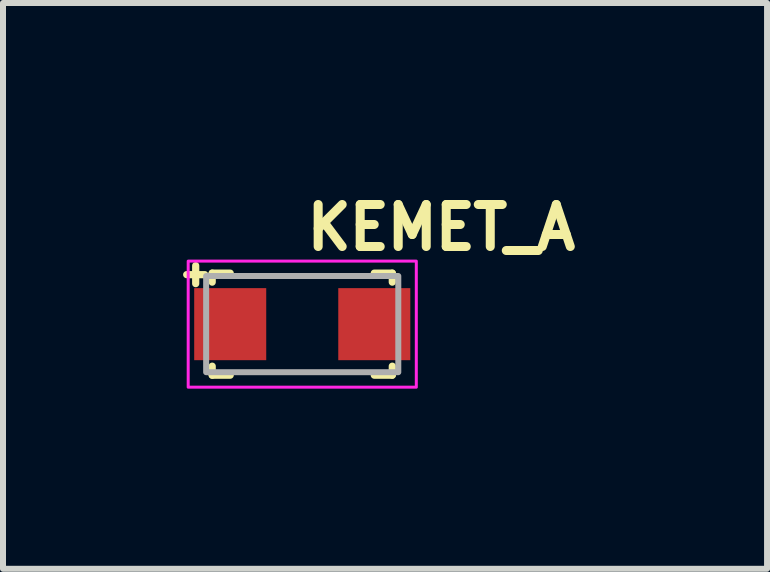
<source format=kicad_pcb>
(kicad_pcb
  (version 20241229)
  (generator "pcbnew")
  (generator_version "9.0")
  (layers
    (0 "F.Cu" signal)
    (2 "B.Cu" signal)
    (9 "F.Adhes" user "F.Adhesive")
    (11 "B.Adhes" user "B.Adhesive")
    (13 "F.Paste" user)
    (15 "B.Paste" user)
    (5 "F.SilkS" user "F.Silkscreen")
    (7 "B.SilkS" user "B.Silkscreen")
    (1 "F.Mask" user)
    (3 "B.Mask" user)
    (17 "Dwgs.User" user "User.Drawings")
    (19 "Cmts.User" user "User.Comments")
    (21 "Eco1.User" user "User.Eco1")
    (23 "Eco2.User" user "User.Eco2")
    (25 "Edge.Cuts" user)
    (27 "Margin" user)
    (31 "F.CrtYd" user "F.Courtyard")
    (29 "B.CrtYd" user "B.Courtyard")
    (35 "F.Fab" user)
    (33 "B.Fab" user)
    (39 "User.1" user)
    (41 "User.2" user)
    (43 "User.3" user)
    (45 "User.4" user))
  (footprint "KEMET_A"
    (layer "F.Cu")
    (at 1.985 2.35)
    (property "Reference" "KEMET_A" (at 0 -1.2 0) (layer "F.SilkS") (effects (font (size 0.7 0.7) (thickness 0.15)) (justify left bottom)))
    (attr smd)
    (fp_line (start -1.925 -0.825) (end -1.625 -0.825) (stroke (width 0.12) (type solid)) (layer "F.SilkS"))
    (fp_line (start -1.775 -0.975) (end -1.775 -0.675) (stroke (width 0.12) (type solid)) (layer "F.SilkS"))
    (fp_line (start -1.5 -0.85) (end -1.2 -0.85) (stroke (width 0.12) (type solid)) (layer "F.SilkS"))
    (fp_line (start -1.5 -0.7) (end -1.5 -0.85) (stroke (width 0.12) (type solid)) (layer "F.SilkS"))
    (fp_line (start -1.5 0.7) (end -1.5 0.85) (stroke (width 0.12) (type solid)) (layer "F.SilkS"))
    (fp_line (start -1.5 0.85) (end -1.2 0.85) (stroke (width 0.12) (type solid)) (layer "F.SilkS"))
    (fp_line (start 1.5 -0.85) (end 1.2 -0.85) (stroke (width 0.12) (type solid)) (layer "F.SilkS"))
    (fp_line (start 1.5 -0.7) (end 1.5 -0.85) (stroke (width 0.12) (type solid)) (layer "F.SilkS"))
    (fp_line (start 1.5 0.7) (end 1.5 0.85) (stroke (width 0.12) (type solid)) (layer "F.SilkS"))
    (fp_line (start 1.5 0.85) (end 1.2 0.85) (stroke (width 0.12) (type solid)) (layer "F.SilkS"))
    (fp_rect (start -1.9 -1.05) (end 1.9 1.05) (stroke (width 0.05) (type solid)) (fill no) (layer "F.CrtYd"))
    (fp_rect (start -1.601 -0.802) (end 1.6 0.8) (stroke (width 0.1) (type solid)) (fill no) (layer "F.Fab"))
    (fp_rect (start -1.601 -0.802) (end 1.6 0.8) (stroke (width 0.1) (type solid)) (fill no) (layer "User.5"))
    (fp_line (start -1.601 0.598) (end -1.601 -0.6) (stroke (width 0.02) (type solid)) (layer "User.9"))
    (fp_line (start -1.452 -0.802) (end -1.452 -0.6) (stroke (width 0.02) (type solid)) (layer "User.9"))
    (fp_line (start -1.452 -0.6) (end -1.601 -0.6) (stroke (width 0.02) (type solid)) (layer "User.9"))
    (fp_line (start -1.452 -0.6) (end -1.452 0.598) (stroke (width 0.02) (type solid)) (layer "User.9"))
    (fp_line (start -1.452 0.598) (end -1.601 0.598) (stroke (width 0.02) (type solid)) (layer "User.9"))
    (fp_line (start -1.452 0.598) (end -1.452 0.8) (stroke (width 0.02) (type solid)) (layer "User.9"))
    (fp_line (start -1.452 0.8) (end 1.449 0.8) (stroke (width 0.02) (type solid)) (layer "User.9"))
    (fp_line (start -1.377 -0.727) (end -1.452 -0.802) (stroke (width 0.02) (type solid)) (layer "User.9"))
    (fp_line (start -1.377 -0.727) (end -1.377 0.725) (stroke (width 0.02) (type solid)) (layer "User.9"))
    (fp_line (start -1.377 0.725) (end -1.452 0.8) (stroke (width 0.02) (type solid)) (layer "User.9"))
    (fp_line (start -1.377 0.725) (end 1.376 0.725) (stroke (width 0.02) (type solid)) (layer "User.9"))
    (fp_line (start -1.28 0.12) (end -1.28 0.663) (stroke (width 0.02) (type solid)) (layer "User.9"))
    (fp_line (start -1.28 0.663) (end -1.014 0.663) (stroke (width 0.02) (type solid)) (layer "User.9"))
    (fp_line (start -1.278 -0.673) (end -1.278 -0.13) (stroke (width 0.02) (type solid)) (layer "User.9"))
    (fp_line (start -1.014 0.663) (end -1.014 0.12) (stroke (width 0.02) (type solid)) (layer "User.9"))
    (fp_line (start -1.012 -0.673) (end -1.278 -0.673) (stroke (width 0.02) (type solid)) (layer "User.9"))
    (fp_line (start -1.012 -0.13) (end -1.012 -0.673) (stroke (width 0.02) (type solid)) (layer "User.9"))
    (fp_line (start 1.376 -0.727) (end -1.377 -0.727) (stroke (width 0.02) (type solid)) (layer "User.9"))
    (fp_line (start 1.376 -0.727) (end 1.449 -0.802) (stroke (width 0.02) (type solid)) (layer "User.9"))
    (fp_line (start 1.376 0.725) (end 1.376 -0.727) (stroke (width 0.02) (type solid)) (layer "User.9"))
    (fp_line (start 1.376 0.725) (end 1.449 0.8) (stroke (width 0.02) (type solid)) (layer "User.9"))
    (fp_line (start 1.449 -0.802) (end -1.452 -0.802) (stroke (width 0.02) (type solid)) (layer "User.9"))
    (fp_line (start 1.449 -0.6) (end 1.449 -0.802) (stroke (width 0.02) (type solid)) (layer "User.9"))
    (fp_line (start 1.449 -0.6) (end 1.449 0.598) (stroke (width 0.02) (type solid)) (layer "User.9"))
    (fp_line (start 1.449 0.8) (end 1.449 0.598) (stroke (width 0.02) (type solid)) (layer "User.9"))
    (fp_line (start 1.6 -0.6) (end 1.449 -0.6) (stroke (width 0.02) (type solid)) (layer "User.9"))
    (fp_line (start 1.6 0.598) (end 1.449 0.598) (stroke (width 0.02) (type solid)) (layer "User.9"))
    (fp_line (start 1.6 0.598) (end 1.6 -0.6) (stroke (width 0.02) (type solid)) (layer "User.9"))
    (fp_arc (start -1.278 -0.13) (mid -1.145 -0.165439) (end -1.012 -0.13) (stroke (width 0.02) (type solid)) (layer "User.9"))
    (fp_arc (start -1.014 0.12) (mid -1.147 0.155439) (end -1.28 0.12) (stroke (width 0.02) (type solid)) (layer "User.9"))
    (pad "1" smd rect (at -1.2 0) (size 1.2 1.2) (layers "F.Cu" "F.Mask" "F.Paste"))
    (pad "2" smd rect (at 1.2 0) (size 1.2 1.2) (layers "F.Cu" "F.Mask" "F.Paste")))
  (gr_rect
    (start -3 -3)
    (end 9.728 6.425)
    (stroke (width 0.1) (type default))
    (fill no)
    (layer "Edge.Cuts")))
</source>
